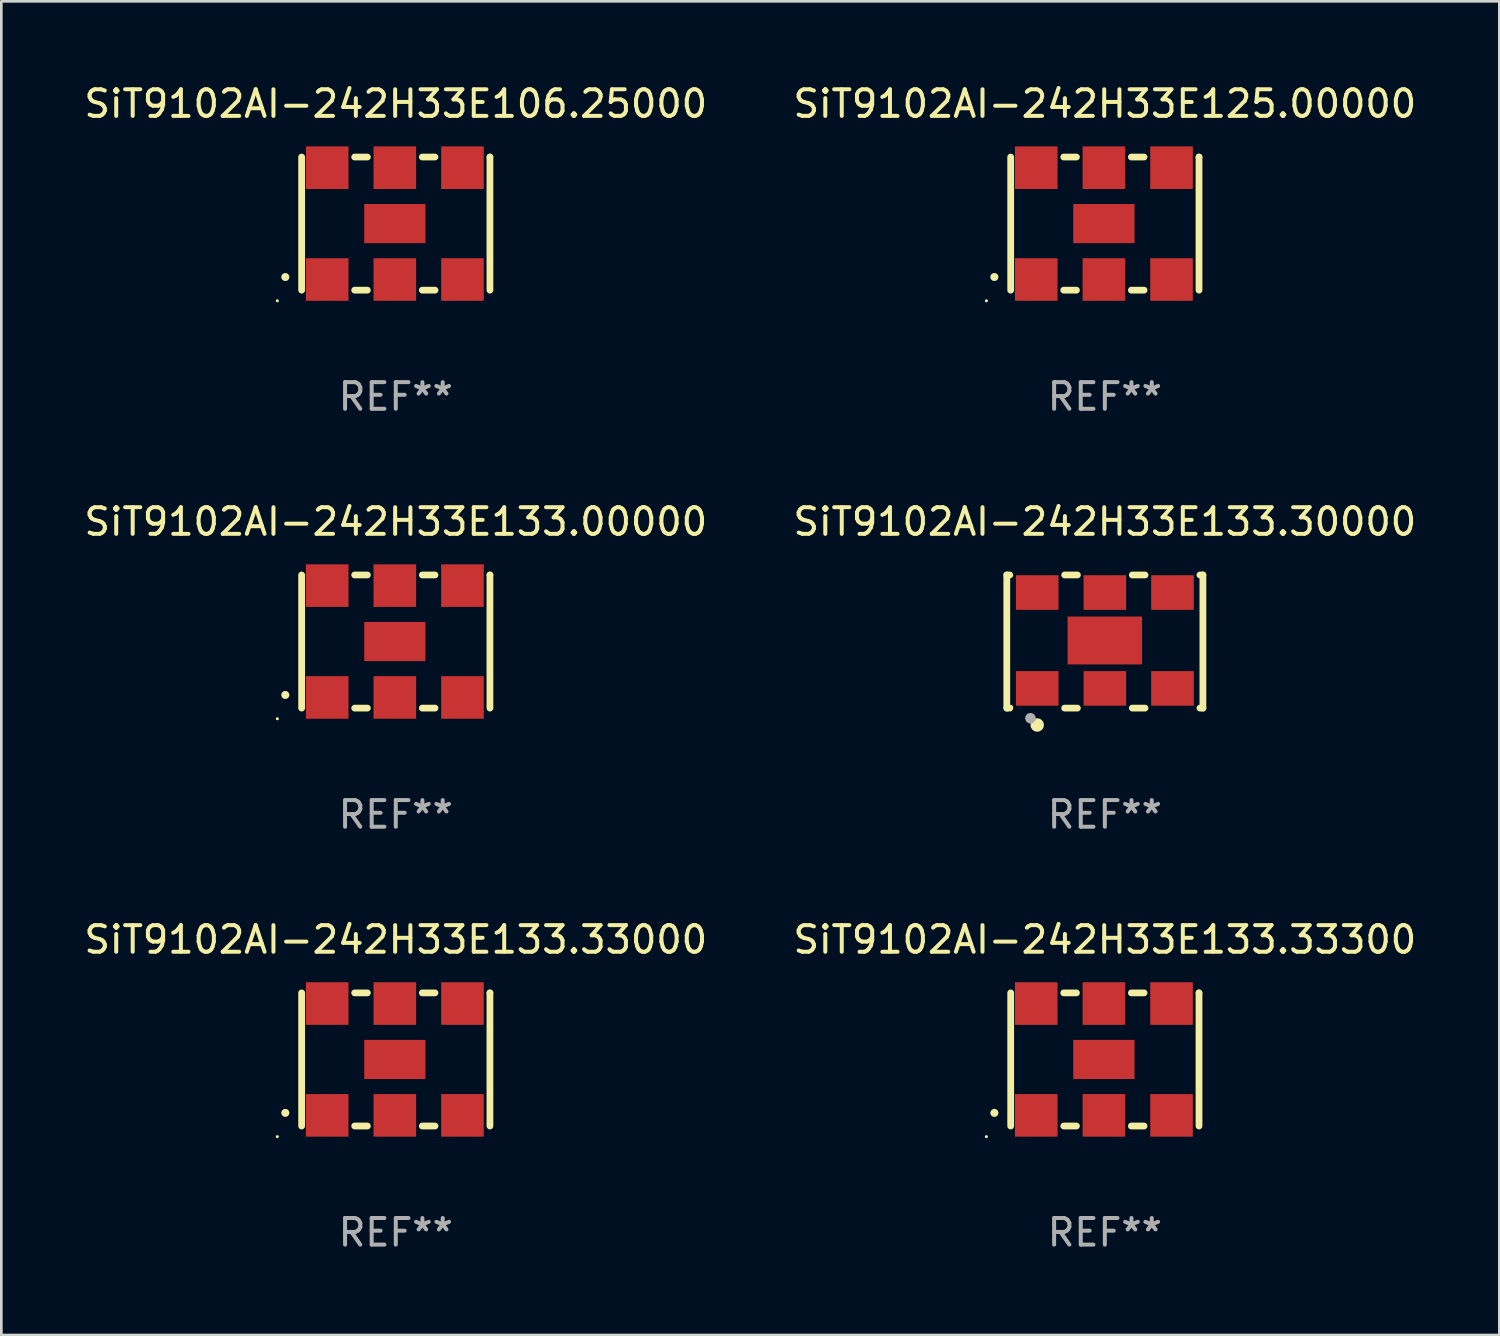
<source format=kicad_pcb>
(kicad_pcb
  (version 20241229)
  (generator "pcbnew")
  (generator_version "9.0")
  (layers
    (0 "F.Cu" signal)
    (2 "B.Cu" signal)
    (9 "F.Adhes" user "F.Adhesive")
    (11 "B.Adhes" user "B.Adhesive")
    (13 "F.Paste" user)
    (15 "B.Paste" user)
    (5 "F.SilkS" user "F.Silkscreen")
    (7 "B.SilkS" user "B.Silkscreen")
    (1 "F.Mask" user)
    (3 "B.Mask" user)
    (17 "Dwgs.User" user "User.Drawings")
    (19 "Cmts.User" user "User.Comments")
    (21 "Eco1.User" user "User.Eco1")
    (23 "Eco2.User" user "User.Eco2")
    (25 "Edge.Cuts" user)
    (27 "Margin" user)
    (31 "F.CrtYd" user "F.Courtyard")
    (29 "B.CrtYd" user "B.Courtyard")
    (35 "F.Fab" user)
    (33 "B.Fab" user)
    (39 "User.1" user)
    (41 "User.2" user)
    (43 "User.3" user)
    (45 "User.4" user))
  (footprint "SiT9102AI-242H33E133.33000"
    (layer "F.Cu")
    (at 11.815 36.741)
    (property "Reference" "SiT9102AI-242H33E133.33000" (at 0 -4.5 0) (layer "F.SilkS") (effects (font (size 1 1) (thickness 0.15))))
    (attr through_hole)
    (fp_line (start -3.536 -2.5) (end -3.536 2.5) (stroke (width 0.254) (type solid)) (layer "F.SilkS"))
    (fp_line (start -1.544 2.5) (end -1.067 2.5) (stroke (width 0.254) (type solid)) (layer "F.SilkS"))
    (fp_line (start -1.067 -2.5) (end -1.544 -2.5) (stroke (width 0.254) (type solid)) (layer "F.SilkS"))
    (fp_line (start 0.996 2.5) (end 1.473 2.5) (stroke (width 0.254) (type solid)) (layer "F.SilkS"))
    (fp_line (start 1.473 -2.5) (end 0.996 -2.5) (stroke (width 0.254) (type solid)) (layer "F.SilkS"))
    (fp_line (start 3.536 -2.5) (end 3.536 -2.5) (stroke (width 0.254) (type solid)) (layer "F.SilkS"))
    (fp_line (start 3.536 2.5) (end 3.536 -2.5) (stroke (width 0.254) (type solid)) (layer "F.SilkS"))
    (fp_arc (start -4.150432 2.006604) (mid -4.149162 2.006599) (end -4.147892 2.006604) (stroke (width 0.3) (type solid)) (layer "F.SilkS"))
    (fp_circle (center -4.449 2.9) (end -4.419 2.9) (stroke (width 0.06) (type solid)) (fill no) (layer "F.SilkS"))
    (fp_text user "REF**" (at 0 6.5 0) (layer "F.Fab") (effects (font (size 1 1) (thickness 0.15))))
    (pad "1" smd rect (at -2.576 2.1) (size 1.6 1.6) (layers "F.Cu" "F.Mask" "F.Paste"))
    (pad "2" smd rect (at -0.036 2.1) (size 1.6 1.6) (layers "F.Cu" "F.Mask" "F.Paste"))
    (pad "3" smd rect (at 2.504 2.1) (size 1.6 1.6) (layers "F.Cu" "F.Mask" "F.Paste"))
    (pad "4" smd rect (at 2.504 -2.1) (size 1.6 1.6) (layers "F.Cu" "F.Mask" "F.Paste"))
    (pad "5" smd rect (at -0.036 -2.1) (size 1.6 1.6) (layers "F.Cu" "F.Mask" "F.Paste"))
    (pad "6" smd rect (at -2.576 -2.1) (size 1.6 1.6) (layers "F.Cu" "F.Mask" "F.Paste"))
    (pad "7" smd rect (at -0.036 0) (size 2.3 1.47) (layers "F.Cu" "F.Mask" "F.Paste")))
  (footprint "SiT9102AI-242H33E133.33300"
    (layer "F.Cu")
    (at 38.446 36.741)
    (property "Reference" "SiT9102AI-242H33E133.33300" (at 0 -4.5 0) (layer "F.SilkS") (effects (font (size 1 1) (thickness 0.15))))
    (attr through_hole)
    (fp_line (start -3.536 -2.5) (end -3.536 2.5) (stroke (width 0.254) (type solid)) (layer "F.SilkS"))
    (fp_line (start -1.544 2.5) (end -1.067 2.5) (stroke (width 0.254) (type solid)) (layer "F.SilkS"))
    (fp_line (start -1.067 -2.5) (end -1.544 -2.5) (stroke (width 0.254) (type solid)) (layer "F.SilkS"))
    (fp_line (start 0.996 2.5) (end 1.473 2.5) (stroke (width 0.254) (type solid)) (layer "F.SilkS"))
    (fp_line (start 1.473 -2.5) (end 0.996 -2.5) (stroke (width 0.254) (type solid)) (layer "F.SilkS"))
    (fp_line (start 3.536 -2.5) (end 3.536 -2.5) (stroke (width 0.254) (type solid)) (layer "F.SilkS"))
    (fp_line (start 3.536 2.5) (end 3.536 -2.5) (stroke (width 0.254) (type solid)) (layer "F.SilkS"))
    (fp_arc (start -4.150432 2.006604) (mid -4.149162 2.006599) (end -4.147892 2.006604) (stroke (width 0.3) (type solid)) (layer "F.SilkS"))
    (fp_circle (center -4.449 2.9) (end -4.419 2.9) (stroke (width 0.06) (type solid)) (fill no) (layer "F.SilkS"))
    (fp_text user "REF**" (at 0 6.5 0) (layer "F.Fab") (effects (font (size 1 1) (thickness 0.15))))
    (pad "1" smd rect (at -2.576 2.1) (size 1.6 1.6) (layers "F.Cu" "F.Mask" "F.Paste"))
    (pad "2" smd rect (at -0.036 2.1) (size 1.6 1.6) (layers "F.Cu" "F.Mask" "F.Paste"))
    (pad "3" smd rect (at 2.504 2.1) (size 1.6 1.6) (layers "F.Cu" "F.Mask" "F.Paste"))
    (pad "4" smd rect (at 2.504 -2.1) (size 1.6 1.6) (layers "F.Cu" "F.Mask" "F.Paste"))
    (pad "5" smd rect (at -0.036 -2.1) (size 1.6 1.6) (layers "F.Cu" "F.Mask" "F.Paste"))
    (pad "6" smd rect (at -2.576 -2.1) (size 1.6 1.6) (layers "F.Cu" "F.Mask" "F.Paste"))
    (pad "7" smd rect (at -0.036 0) (size 2.3 1.47) (layers "F.Cu" "F.Mask" "F.Paste")))
  (footprint "SiT9102AI-242H33E106.25000"
    (layer "F.Cu")
    (at 11.815 5.348)
    (property "Reference" "SiT9102AI-242H33E106.25000" (at 0 -4.5 0) (layer "F.SilkS") (effects (font (size 1 1) (thickness 0.15))))
    (attr through_hole)
    (fp_line (start -3.536 -2.5) (end -3.536 2.5) (stroke (width 0.254) (type solid)) (layer "F.SilkS"))
    (fp_line (start -1.544 2.5) (end -1.067 2.5) (stroke (width 0.254) (type solid)) (layer "F.SilkS"))
    (fp_line (start -1.067 -2.5) (end -1.544 -2.5) (stroke (width 0.254) (type solid)) (layer "F.SilkS"))
    (fp_line (start 0.996 2.5) (end 1.473 2.5) (stroke (width 0.254) (type solid)) (layer "F.SilkS"))
    (fp_line (start 1.473 -2.5) (end 0.996 -2.5) (stroke (width 0.254) (type solid)) (layer "F.SilkS"))
    (fp_line (start 3.536 -2.5) (end 3.536 -2.5) (stroke (width 0.254) (type solid)) (layer "F.SilkS"))
    (fp_line (start 3.536 2.5) (end 3.536 -2.5) (stroke (width 0.254) (type solid)) (layer "F.SilkS"))
    (fp_arc (start -4.150432 2.006604) (mid -4.149162 2.006599) (end -4.147892 2.006604) (stroke (width 0.3) (type solid)) (layer "F.SilkS"))
    (fp_circle (center -4.449 2.9) (end -4.419 2.9) (stroke (width 0.06) (type solid)) (fill no) (layer "F.SilkS"))
    (fp_text user "REF**" (at 0 6.5 0) (layer "F.Fab") (effects (font (size 1 1) (thickness 0.15))))
    (pad "1" smd rect (at -2.576 2.1) (size 1.6 1.6) (layers "F.Cu" "F.Mask" "F.Paste"))
    (pad "2" smd rect (at -0.036 2.1) (size 1.6 1.6) (layers "F.Cu" "F.Mask" "F.Paste"))
    (pad "3" smd rect (at 2.504 2.1) (size 1.6 1.6) (layers "F.Cu" "F.Mask" "F.Paste"))
    (pad "4" smd rect (at 2.504 -2.1) (size 1.6 1.6) (layers "F.Cu" "F.Mask" "F.Paste"))
    (pad "5" smd rect (at -0.036 -2.1) (size 1.6 1.6) (layers "F.Cu" "F.Mask" "F.Paste"))
    (pad "6" smd rect (at -2.576 -2.1) (size 1.6 1.6) (layers "F.Cu" "F.Mask" "F.Paste"))
    (pad "7" smd rect (at -0.036 0) (size 2.3 1.47) (layers "F.Cu" "F.Mask" "F.Paste")))
  (footprint "SiT9102AI-242H33E133.00000"
    (layer "F.Cu")
    (at 11.815 21.045)
    (property "Reference" "SiT9102AI-242H33E133.00000" (at 0 -4.5 0) (layer "F.SilkS") (effects (font (size 1 1) (thickness 0.15))))
    (attr through_hole)
    (fp_line (start -3.536 -2.5) (end -3.536 2.5) (stroke (width 0.254) (type solid)) (layer "F.SilkS"))
    (fp_line (start -1.544 2.5) (end -1.067 2.5) (stroke (width 0.254) (type solid)) (layer "F.SilkS"))
    (fp_line (start -1.067 -2.5) (end -1.544 -2.5) (stroke (width 0.254) (type solid)) (layer "F.SilkS"))
    (fp_line (start 0.996 2.5) (end 1.473 2.5) (stroke (width 0.254) (type solid)) (layer "F.SilkS"))
    (fp_line (start 1.473 -2.5) (end 0.996 -2.5) (stroke (width 0.254) (type solid)) (layer "F.SilkS"))
    (fp_line (start 3.536 -2.5) (end 3.536 -2.5) (stroke (width 0.254) (type solid)) (layer "F.SilkS"))
    (fp_line (start 3.536 2.5) (end 3.536 -2.5) (stroke (width 0.254) (type solid)) (layer "F.SilkS"))
    (fp_arc (start -4.150432 2.006604) (mid -4.149162 2.006599) (end -4.147892 2.006604) (stroke (width 0.3) (type solid)) (layer "F.SilkS"))
    (fp_circle (center -4.449 2.9) (end -4.419 2.9) (stroke (width 0.06) (type solid)) (fill no) (layer "F.SilkS"))
    (fp_text user "REF**" (at 0 6.5 0) (layer "F.Fab") (effects (font (size 1 1) (thickness 0.15))))
    (pad "1" smd rect (at -2.576 2.1) (size 1.6 1.6) (layers "F.Cu" "F.Mask" "F.Paste"))
    (pad "2" smd rect (at -0.036 2.1) (size 1.6 1.6) (layers "F.Cu" "F.Mask" "F.Paste"))
    (pad "3" smd rect (at 2.504 2.1) (size 1.6 1.6) (layers "F.Cu" "F.Mask" "F.Paste"))
    (pad "4" smd rect (at 2.504 -2.1) (size 1.6 1.6) (layers "F.Cu" "F.Mask" "F.Paste"))
    (pad "5" smd rect (at -0.036 -2.1) (size 1.6 1.6) (layers "F.Cu" "F.Mask" "F.Paste"))
    (pad "6" smd rect (at -2.576 -2.1) (size 1.6 1.6) (layers "F.Cu" "F.Mask" "F.Paste"))
    (pad "7" smd rect (at -0.036 0) (size 2.3 1.47) (layers "F.Cu" "F.Mask" "F.Paste")))
  (footprint "SiT9102AI-242H33E125.00000"
    (layer "F.Cu")
    (at 38.446 5.348)
    (property "Reference" "SiT9102AI-242H33E125.00000" (at 0 -4.5 0) (layer "F.SilkS") (effects (font (size 1 1) (thickness 0.15))))
    (attr through_hole)
    (fp_line (start -3.536 -2.5) (end -3.536 2.5) (stroke (width 0.254) (type solid)) (layer "F.SilkS"))
    (fp_line (start -1.544 2.5) (end -1.067 2.5) (stroke (width 0.254) (type solid)) (layer "F.SilkS"))
    (fp_line (start -1.067 -2.5) (end -1.544 -2.5) (stroke (width 0.254) (type solid)) (layer "F.SilkS"))
    (fp_line (start 0.996 2.5) (end 1.473 2.5) (stroke (width 0.254) (type solid)) (layer "F.SilkS"))
    (fp_line (start 1.473 -2.5) (end 0.996 -2.5) (stroke (width 0.254) (type solid)) (layer "F.SilkS"))
    (fp_line (start 3.536 -2.5) (end 3.536 -2.5) (stroke (width 0.254) (type solid)) (layer "F.SilkS"))
    (fp_line (start 3.536 2.5) (end 3.536 -2.5) (stroke (width 0.254) (type solid)) (layer "F.SilkS"))
    (fp_arc (start -4.150432 2.006604) (mid -4.149162 2.006599) (end -4.147892 2.006604) (stroke (width 0.3) (type solid)) (layer "F.SilkS"))
    (fp_circle (center -4.449 2.9) (end -4.419 2.9) (stroke (width 0.06) (type solid)) (fill no) (layer "F.SilkS"))
    (fp_text user "REF**" (at 0 6.5 0) (layer "F.Fab") (effects (font (size 1 1) (thickness 0.15))))
    (pad "1" smd rect (at -2.576 2.1) (size 1.6 1.6) (layers "F.Cu" "F.Mask" "F.Paste"))
    (pad "2" smd rect (at -0.036 2.1) (size 1.6 1.6) (layers "F.Cu" "F.Mask" "F.Paste"))
    (pad "3" smd rect (at 2.504 2.1) (size 1.6 1.6) (layers "F.Cu" "F.Mask" "F.Paste"))
    (pad "4" smd rect (at 2.504 -2.1) (size 1.6 1.6) (layers "F.Cu" "F.Mask" "F.Paste"))
    (pad "5" smd rect (at -0.036 -2.1) (size 1.6 1.6) (layers "F.Cu" "F.Mask" "F.Paste"))
    (pad "6" smd rect (at -2.576 -2.1) (size 1.6 1.6) (layers "F.Cu" "F.Mask" "F.Paste"))
    (pad "7" smd rect (at -0.036 0) (size 2.3 1.47) (layers "F.Cu" "F.Mask" "F.Paste")))
  (footprint "SiT9102AI-242H33E133.30000"
    (layer "F.Cu")
    (at 38.446 21.045)
    (property "Reference" "SiT9102AI-242H33E133.30000" (at 0 -4.5 0) (layer "F.SilkS") (effects (font (size 1 1) (thickness 0.15))))
    (attr through_hole)
    (fp_line (start -3.683 -2.5) (end -3.571 -2.5) (stroke (width 0.254) (type solid)) (layer "F.SilkS"))
    (fp_line (start -3.683 2.5) (end -3.683 -2.5) (stroke (width 0.254) (type solid)) (layer "F.SilkS"))
    (fp_line (start -3.683 2.5) (end -3.571 2.5) (stroke (width 0.254) (type solid)) (layer "F.SilkS"))
    (fp_line (start -1.509 -2.5) (end -1.031 -2.5) (stroke (width 0.254) (type solid)) (layer "F.SilkS"))
    (fp_line (start -1.509 2.5) (end -1.031 2.5) (stroke (width 0.254) (type solid)) (layer "F.SilkS"))
    (fp_line (start 1.031 -2.5) (end 1.509 -2.5) (stroke (width 0.254) (type solid)) (layer "F.SilkS"))
    (fp_line (start 1.031 2.5) (end 1.509 2.5) (stroke (width 0.254) (type solid)) (layer "F.SilkS"))
    (fp_line (start 3.571 -2.5) (end 3.683 -2.5) (stroke (width 0.254) (type solid)) (layer "F.SilkS"))
    (fp_line (start 3.571 2.5) (end 3.683 2.5) (stroke (width 0.254) (type solid)) (layer "F.SilkS"))
    (fp_line (start 3.683 2.5) (end 3.683 -2.5) (stroke (width 0.254) (type solid)) (layer "F.SilkS"))
    (fp_circle (center -3.5 2.46) (end -3.47 2.46) (stroke (width 0.06) (type solid)) (fill no) (layer "F.SilkS"))
    (fp_circle (center -2.54 3.135) (end -2.413 3.135) (stroke (width 0.254) (type solid)) (fill no) (layer "F.SilkS"))
    (fp_circle (center -2.794 2.881) (end -2.694 2.881) (stroke (width 0.2) (type solid)) (fill no) (layer "F.Fab"))
    (fp_text user "REF**" (at 0 6.5 0) (layer "F.Fab") (effects (font (size 1 1) (thickness 0.15))))
    (pad "1" smd rect (at -2.54 1.76) (size 1.6 1.3) (layers "F.Cu" "F.Mask" "F.Paste"))
    (pad "2" smd rect (at 0 1.76) (size 1.6 1.3) (layers "F.Cu" "F.Mask" "F.Paste"))
    (pad "3" smd rect (at 2.54 1.76) (size 1.6 1.3) (layers "F.Cu" "F.Mask" "F.Paste"))
    (pad "4" smd rect (at 2.54 -1.84) (size 1.6 1.3) (layers "F.Cu" "F.Mask" "F.Paste"))
    (pad "5" smd rect (at 0 -1.84) (size 1.6 1.3) (layers "F.Cu" "F.Mask" "F.Paste"))
    (pad "6" smd rect (at -2.54 -1.84) (size 1.6 1.3) (layers "F.Cu" "F.Mask" "F.Paste"))
    (pad "7" smd rect (at 0 -0.04) (size 2.8 1.8) (layers "F.Cu" "F.Mask" "F.Paste")))
  (gr_rect
    (start -3 -3)
    (end 53.262 47.09)
    (stroke (width 0.1) (type default))
    (fill no)
    (layer "Edge.Cuts")))
</source>
